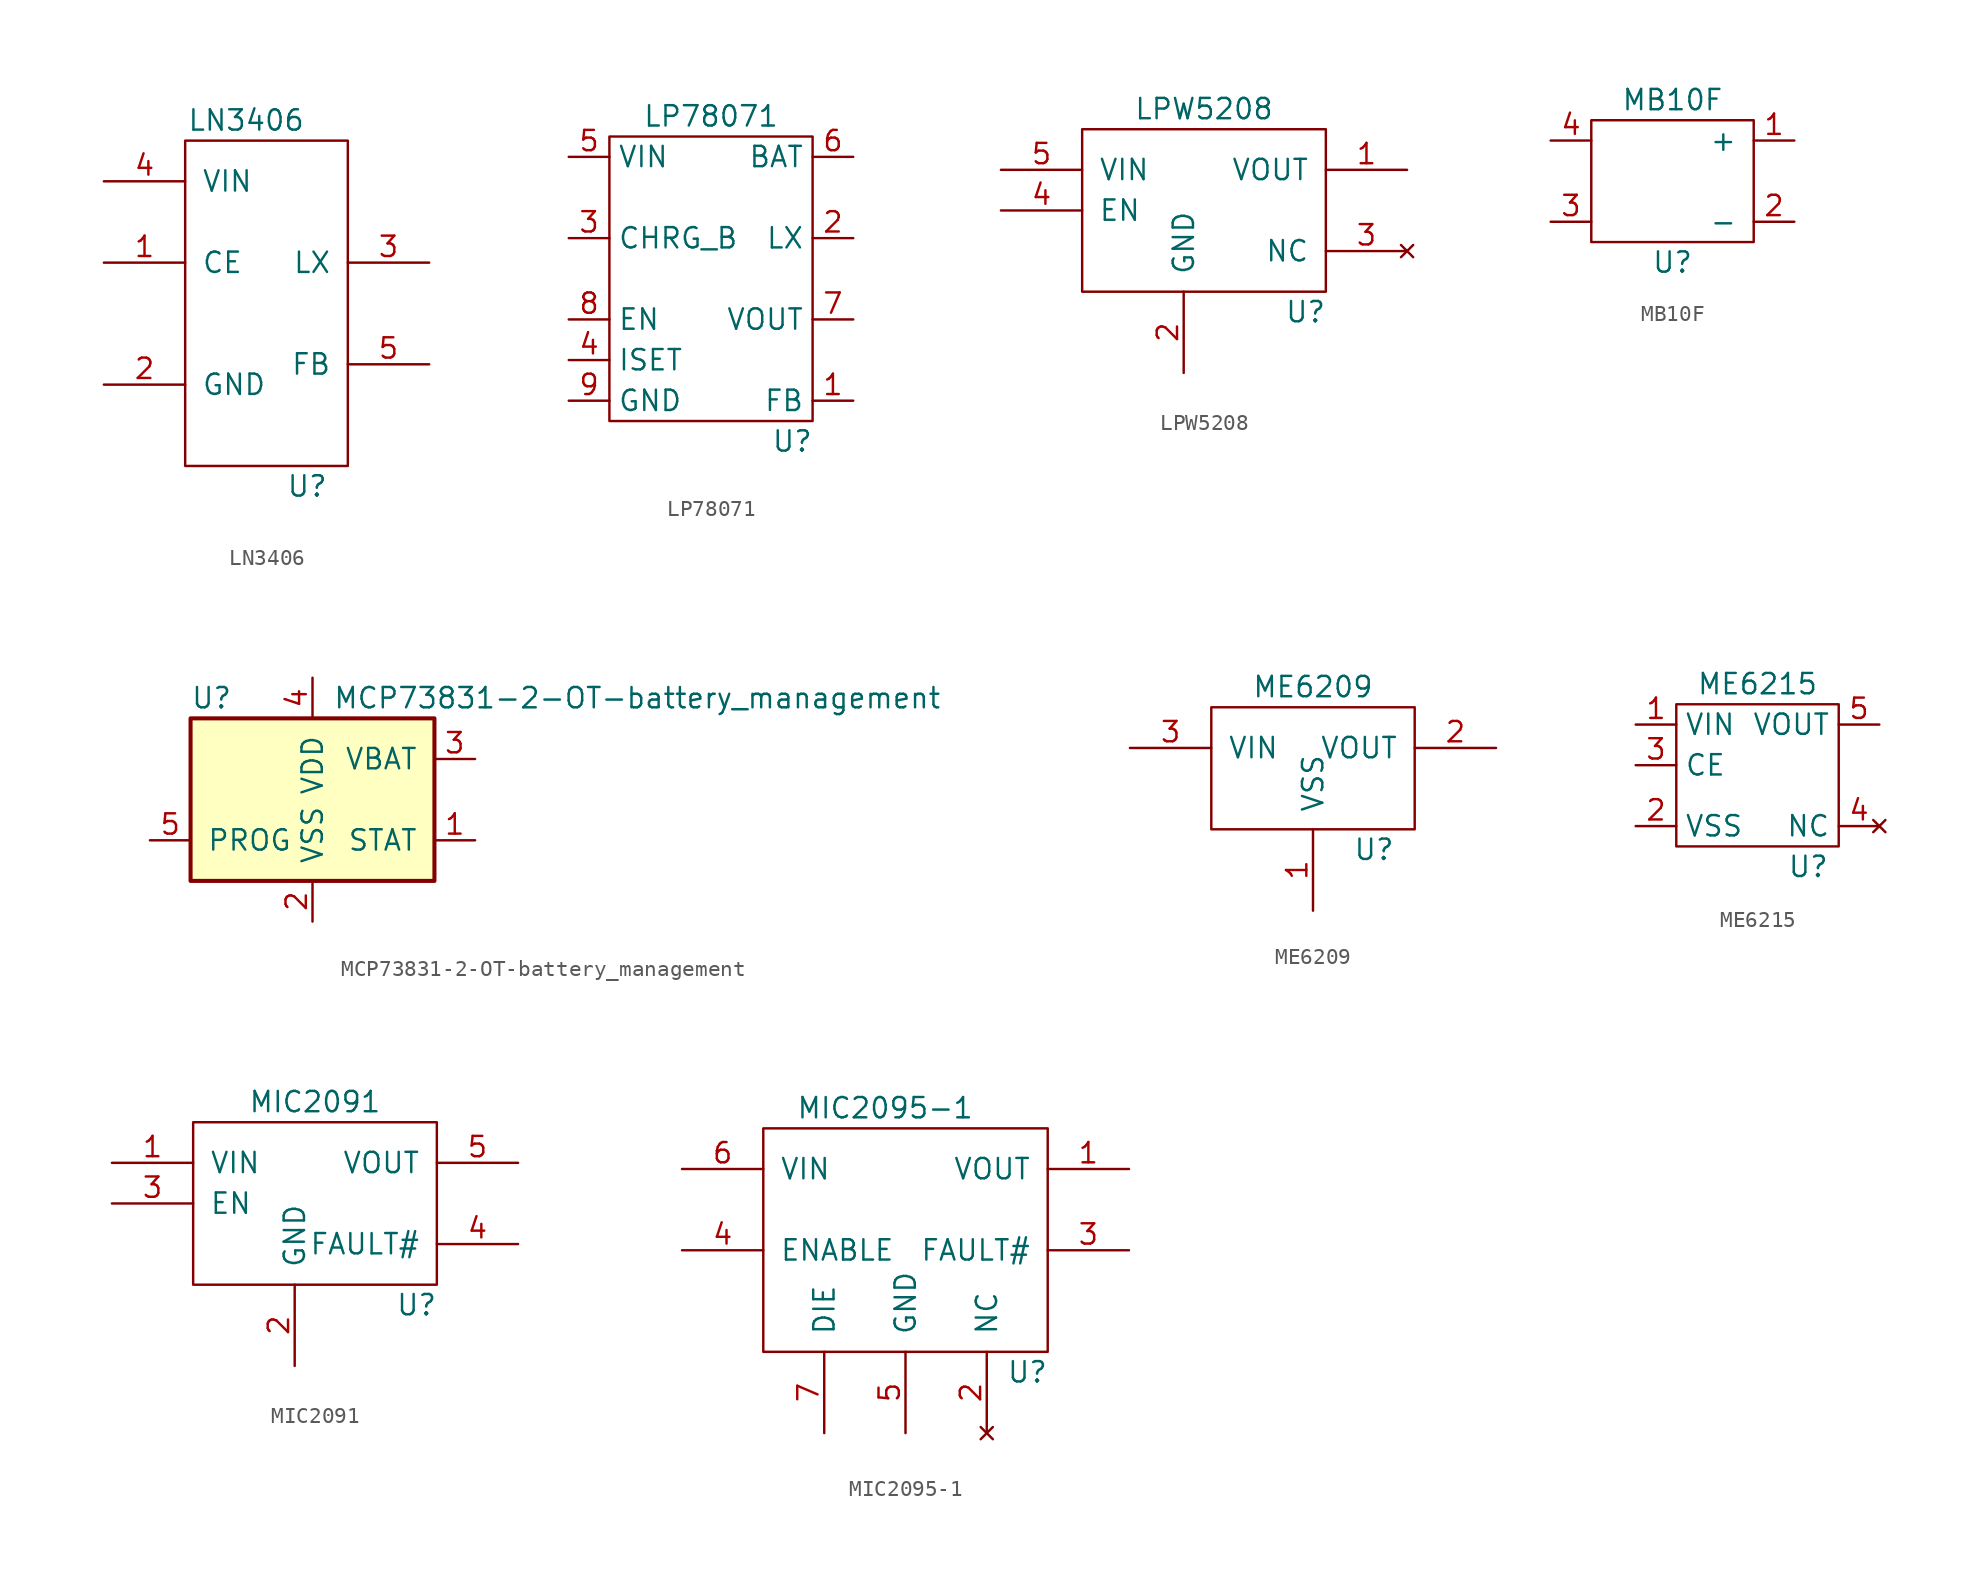
<source format=kicad_sym>
(kicad_symbol_lib
  (version 20231120)
  (generator "kicad_symbol_editor")
  (generator_version "8.0")
  (symbol "LN3406"
    (pin_names
      (offset 1.016))
    (property "Reference" "U"
      (at 2.54 -11.43 0)
      (effects (font (size 1.27 1.27))))
    (property "Value" "LN3406"
      (at -1.27 11.43 0)
      (effects (font (size 1.27 1.27))))
    (symbol "LN3406_0_1"
      (rectangle (start -5.08 10.16) (end 5.08 -10.16) (stroke (width 0) (type default)) (fill (type none))))
    (symbol "LN3406_1_1"
      (pin input line (at -10.16 2.54 0) (length 5.08) (name "CE" (effects (font (size 1.27 1.27)))) (number "1" (effects (font (size 1.27 1.27)))))
      (pin power_in line (at -10.16 -5.08 0) (length 5.08) (name "GND" (effects (font (size 1.27 1.27)))) (number "2" (effects (font (size 1.27 1.27)))))
      (pin power_out line (at 10.16 2.54 180) (length 5.08) (name "LX" (effects (font (size 1.27 1.27)))) (number "3" (effects (font (size 1.27 1.27)))))
      (pin power_in line (at -10.16 7.62 0) (length 5.08) (name "VIN" (effects (font (size 1.27 1.27)))) (number "4" (effects (font (size 1.27 1.27)))))
      (pin input line (at 10.16 -3.81 180) (length 5.08) (name "FB" (effects (font (size 1.27 1.27)))) (number "5" (effects (font (size 1.27 1.27)))))))
  (symbol "LP78071"
    (property "Reference" "U"
      (at 5.08 -10.16 0)
      (effects (font (size 1.27 1.27))))
    (property "Value" "LP78071"
      (at 0 10.16 0)
      (effects (font (size 1.27 1.27))))
    (symbol "LP78071_0_1"
      (rectangle (start -6.35 8.89) (end 6.35 -8.89) (stroke (width 0) (type default)) (fill (type none))))
    (symbol "LP78071_1_1"
      (pin input line (at 8.89 -7.62 180) (length 2.54) (name "FB" (effects (font (size 1.27 1.27)))) (number "1" (effects (font (size 1.27 1.27)))))
      (pin input line (at 8.89 2.54 180) (length 2.54) (name "LX" (effects (font (size 1.27 1.27)))) (number "2" (effects (font (size 1.27 1.27)))))
      (pin open_collector line (at -8.89 2.54 0) (length 2.54) (name "CHRG_B" (effects (font (size 1.27 1.27)))) (number "3" (effects (font (size 1.27 1.27)))))
      (pin input line (at -8.89 -5.08 0) (length 2.54) (name "ISET" (effects (font (size 1.27 1.27)))) (number "4" (effects (font (size 1.27 1.27)))))
      (pin power_in line (at -8.89 7.62 0) (length 2.54) (name "VIN" (effects (font (size 1.27 1.27)))) (number "5" (effects (font (size 1.27 1.27)))))
      (pin power_in line (at 8.89 7.62 180) (length 2.54) (name "BAT" (effects (font (size 1.27 1.27)))) (number "6" (effects (font (size 1.27 1.27)))))
      (pin power_out line (at 8.89 -2.54 180) (length 2.54) (name "VOUT" (effects (font (size 1.27 1.27)))) (number "7" (effects (font (size 1.27 1.27)))))
      (pin input line (at -8.89 -2.54 0) (length 2.54) (name "EN" (effects (font (size 1.27 1.27)))) (number "8" (effects (font (size 1.27 1.27)))))
      (pin power_in line (at -8.89 -7.62 0) (length 2.54) (name "GND" (effects (font (size 1.27 1.27)))) (number "9" (effects (font (size 1.27 1.27)))))))
  (symbol "LPW5208"
    (pin_names
      (offset 1.016))
    (property "Reference" "U"
      (at 6.35 -6.35 0)
      (effects (font (size 1.27 1.27))))
    (property "Value" "LPW5208"
      (at 0 6.35 0)
      (effects (font (size 1.27 1.27))))
    (symbol "LPW5208_0_1"
      (rectangle (start -7.62 5.08) (end 7.62 -5.08) (stroke (width 0) (type default)) (fill (type none))))
    (symbol "LPW5208_1_1"
      (pin power_out line (at 12.7 2.54 180) (length 5.08) (name "VOUT" (effects (font (size 1.27 1.27)))) (number "1" (effects (font (size 1.27 1.27)))))
      (pin power_in line (at -1.27 -10.16 90) (length 5.08) (name "GND" (effects (font (size 1.27 1.27)))) (number "2" (effects (font (size 1.27 1.27)))))
      (pin no_connect line (at 12.7 -2.54 180) (length 5.08) (name "NC" (effects (font (size 1.27 1.27)))) (number "3" (effects (font (size 1.27 1.27)))))
      (pin input line (at -12.7 0 0) (length 5.08) (name "EN" (effects (font (size 1.27 1.27)))) (number "4" (effects (font (size 1.27 1.27)))))
      (pin power_in line (at -12.7 2.54 0) (length 5.08) (name "VIN" (effects (font (size 1.27 1.27)))) (number "5" (effects (font (size 1.27 1.27)))))))
  (symbol "MB10F"
    (pin_names
      (offset 1.016))
    (property "Reference" "U"
      (at 0 -5.08 0)
      (effects (font (size 1.27 1.27))))
    (property "Value" "MB10F"
      (at 0 5.08 0)
      (effects (font (size 1.27 1.27))))
    (symbol "MB10F_0_1"
      (rectangle (start -5.08 3.81) (end 5.08 -3.81) (stroke (width 0) (type default)) (fill (type none))))
    (symbol "MB10F_1_1"
      (pin output line (at 7.62 2.54 180) (length 2.54) (name "+" (effects (font (size 1.27 1.27)))) (number "1" (effects (font (size 1.27 1.27)))))
      (pin output line (at 7.62 -2.54 180) (length 2.54) (name "-" (effects (font (size 1.27 1.27)))) (number "2" (effects (font (size 1.27 1.27)))))
      (pin input line (at -7.62 -2.54 0) (length 2.54) (name "~" (effects (font (size 1.27 1.27)))) (number "3" (effects (font (size 1.27 1.27)))))
      (pin input line (at -7.62 2.54 0) (length 2.54) (name "~" (effects (font (size 1.27 1.27)))) (number "4" (effects (font (size 1.27 1.27)))))))
  (symbol "MCP73831-2-OT-battery_management"
    (pin_names
      (offset 1.016))
    (property "Reference" "U"
      (at -7.62 6.35 0)
      (effects (font (size 1.27 1.27)) (justify left)))
    (property "Value" "MCP73831-2-OT-battery_management"
      (at 1.27 6.35 0)
      (effects (font (size 1.27 1.27)) (justify left)))
    (symbol "MCP73831-2-OT-battery_management_0_1"
      (rectangle (start -7.62 5.08) (end 7.62 -5.08) (stroke (width 0.254) (type default)) (fill (type background))))
    (symbol "MCP73831-2-OT-battery_management_1_1"
      (pin output line (at 10.16 -2.54 180) (length 2.54) (name "STAT" (effects (font (size 1.27 1.27)))) (number "1" (effects (font (size 1.27 1.27)))))
      (pin power_in line (at 0 -7.62 90) (length 2.54) (name "VSS" (effects (font (size 1.27 1.27)))) (number "2" (effects (font (size 1.27 1.27)))))
      (pin power_out line (at 10.16 2.54 180) (length 2.54) (name "VBAT" (effects (font (size 1.27 1.27)))) (number "3" (effects (font (size 1.27 1.27)))))
      (pin power_in line (at 0 7.62 270) (length 2.54) (name "VDD" (effects (font (size 1.27 1.27)))) (number "4" (effects (font (size 1.27 1.27)))))
      (pin input line (at -10.16 -2.54 0) (length 2.54) (name "PROG" (effects (font (size 1.27 1.27)))) (number "5" (effects (font (size 1.27 1.27)))))))
  (symbol "ME6209"
    (pin_names
      (offset 1.016))
    (property "Reference" "U"
      (at 3.81 -6.35 0)
      (effects (font (size 1.27 1.27))))
    (property "Value" "ME6209"
      (at 0 3.81 0)
      (effects (font (size 1.27 1.27))))
    (symbol "ME6209_0_1"
      (rectangle (start -6.35 2.54) (end 6.35 -5.08) (stroke (width 0) (type default)) (fill (type none))))
    (symbol "ME6209_1_1"
      (pin power_in line (at 0 -10.16 90) (length 5.08) (name "VSS" (effects (font (size 1.27 1.27)))) (number "1" (effects (font (size 1.27 1.27)))))
      (pin power_out line (at 11.43 0 180) (length 5.08) (name "VOUT" (effects (font (size 1.27 1.27)))) (number "2" (effects (font (size 1.27 1.27)))))
      (pin power_in line (at -11.43 0 0) (length 5.08) (name "VIN" (effects (font (size 1.27 1.27)))) (number "3" (effects (font (size 1.27 1.27)))))))
  (symbol "ME6215"
    (property "Reference" "U"
      (at 3.175 -6.35 0)
      (effects (font (size 1.27 1.27))))
    (property "Value" "ME6215"
      (at 0 5.08 0)
      (effects (font (size 1.27 1.27))))
    (symbol "ME6215_0_1"
      (rectangle (start -5.08 3.81) (end 5.08 -5.08) (stroke (width 0) (type default)) (fill (type none))))
    (symbol "ME6215_1_1"
      (pin power_in line (at -7.62 2.54 0) (length 2.54) (name "VIN" (effects (font (size 1.27 1.27)))) (number "1" (effects (font (size 1.27 1.27)))))
      (pin power_in line (at -7.62 -3.81 0) (length 2.54) (name "VSS" (effects (font (size 1.27 1.27)))) (number "2" (effects (font (size 1.27 1.27)))))
      (pin input line (at -7.62 0 0) (length 2.54) (name "CE" (effects (font (size 1.27 1.27)))) (number "3" (effects (font (size 1.27 1.27)))))
      (pin no_connect line (at 7.62 -3.81 180) (length 2.54) (name "NC" (effects (font (size 1.27 1.27)))) (number "4" (effects (font (size 1.27 1.27)))))
      (pin power_out line (at 7.62 2.54 180) (length 2.54) (name "VOUT" (effects (font (size 1.27 1.27)))) (number "5" (effects (font (size 1.27 1.27)))))))
  (symbol "MIC2091"
    (pin_names
      (offset 1.016))
    (property "Reference" "U"
      (at 6.35 -6.35 0)
      (effects (font (size 1.27 1.27))))
    (property "Value" "MIC2091"
      (at 0 6.35 0)
      (effects (font (size 1.27 1.27))))
    (symbol "MIC2091_0_1"
      (rectangle (start -7.62 5.08) (end 7.62 -5.08) (stroke (width 0) (type default)) (fill (type none))))
    (symbol "MIC2091_1_1"
      (pin power_in line (at -12.7 2.54 0) (length 5.08) (name "VIN" (effects (font (size 1.27 1.27)))) (number "1" (effects (font (size 1.27 1.27)))))
      (pin power_in line (at -1.27 -10.16 90) (length 5.08) (name "GND" (effects (font (size 1.27 1.27)))) (number "2" (effects (font (size 1.27 1.27)))))
      (pin input line (at -12.7 0 0) (length 5.08) (name "EN" (effects (font (size 1.27 1.27)))) (number "3" (effects (font (size 1.27 1.27)))))
      (pin output line (at 12.7 -2.54 180) (length 5.08) (name "FAULT#" (effects (font (size 1.27 1.27)))) (number "4" (effects (font (size 1.27 1.27)))))
      (pin power_out line (at 12.7 2.54 180) (length 5.08) (name "VOUT" (effects (font (size 1.27 1.27)))) (number "5" (effects (font (size 1.27 1.27)))))))
  (symbol "MIC2095-1"
    (pin_names
      (offset 1.016))
    (property "Reference" "U"
      (at 7.62 -8.89 0)
      (effects (font (size 1.27 1.27))))
    (property "Value" "MIC2095-1"
      (at -1.27 7.62 0)
      (effects (font (size 1.27 1.27))))
    (symbol "MIC2095-1_0_1"
      (rectangle (start -8.89 6.35) (end 8.89 -7.62) (stroke (width 0) (type default)) (fill (type none))))
    (symbol "MIC2095-1_1_1"
      (pin power_out line (at 13.97 3.81 180) (length 5.08) (name "VOUT" (effects (font (size 1.27 1.27)))) (number "1" (effects (font (size 1.27 1.27)))))
      (pin no_connect line (at 5.08 -12.7 90) (length 5.08) (name "NC" (effects (font (size 1.27 1.27)))) (number "2" (effects (font (size 1.27 1.27)))))
      (pin output line (at 13.97 -1.27 180) (length 5.08) (name "FAULT#" (effects (font (size 1.27 1.27)))) (number "3" (effects (font (size 1.27 1.27)))))
      (pin input line (at -13.97 -1.27 0) (length 5.08) (name "ENABLE" (effects (font (size 1.27 1.27)))) (number "4" (effects (font (size 1.27 1.27)))))
      (pin power_in line (at 0 -12.7 90) (length 5.08) (name "GND" (effects (font (size 1.27 1.27)))) (number "5" (effects (font (size 1.27 1.27)))))
      (pin power_in line (at -13.97 3.81 0) (length 5.08) (name "VIN" (effects (font (size 1.27 1.27)))) (number "6" (effects (font (size 1.27 1.27)))))
      (pin passive line (at -5.08 -12.7 90) (length 5.08) (name "DIE" (effects (font (size 1.27 1.27)))) (number "7" (effects (font (size 1.27 1.27))))))))
</source>
